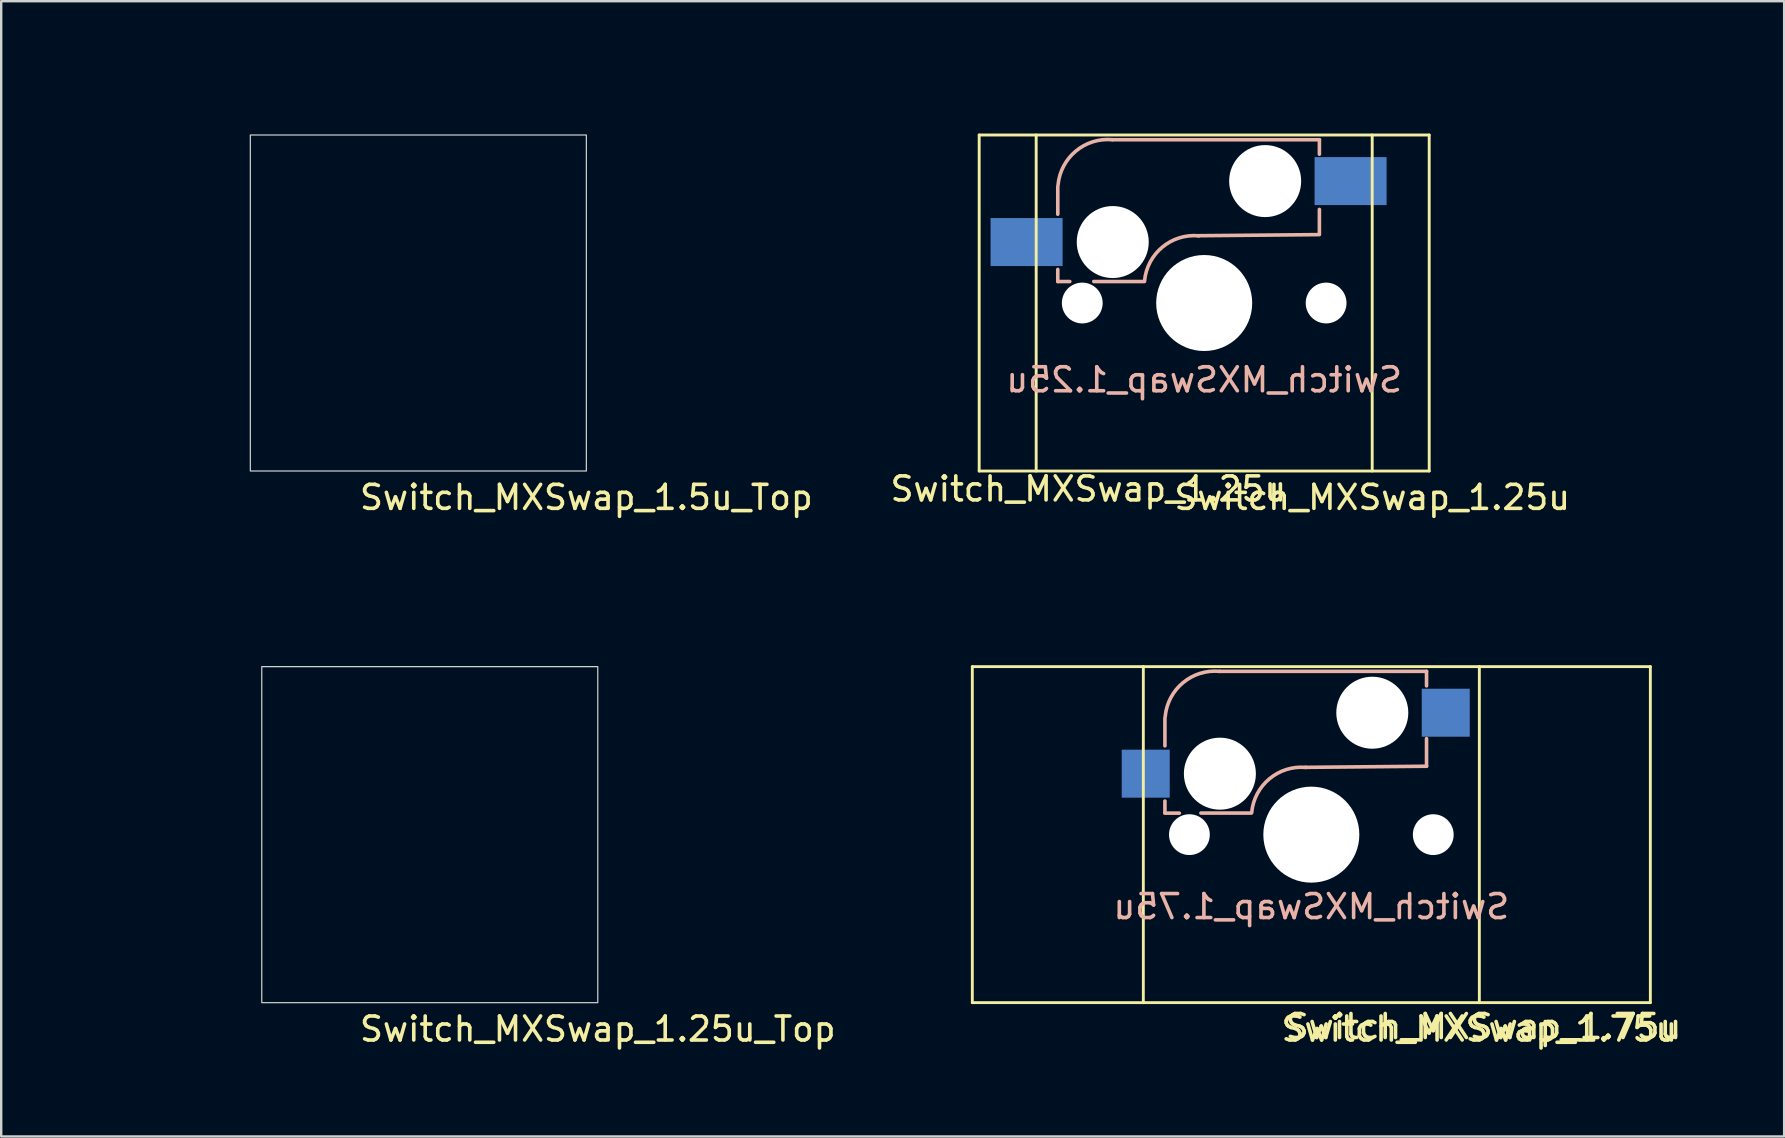
<source format=kicad_pcb>
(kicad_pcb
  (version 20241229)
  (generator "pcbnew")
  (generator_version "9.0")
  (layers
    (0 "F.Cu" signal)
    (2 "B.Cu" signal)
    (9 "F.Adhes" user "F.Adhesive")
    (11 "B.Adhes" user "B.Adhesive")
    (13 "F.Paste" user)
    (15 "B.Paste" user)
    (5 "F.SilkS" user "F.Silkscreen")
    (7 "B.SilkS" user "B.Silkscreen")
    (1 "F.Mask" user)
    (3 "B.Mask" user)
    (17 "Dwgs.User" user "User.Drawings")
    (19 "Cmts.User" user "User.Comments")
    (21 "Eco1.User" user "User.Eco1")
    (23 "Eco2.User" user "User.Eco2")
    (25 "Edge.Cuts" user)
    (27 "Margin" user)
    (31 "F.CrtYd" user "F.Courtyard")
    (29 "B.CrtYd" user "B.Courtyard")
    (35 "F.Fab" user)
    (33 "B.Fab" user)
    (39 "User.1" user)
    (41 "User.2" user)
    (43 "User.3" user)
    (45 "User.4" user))
  (footprint "Switch_MXSwap_1.25u_Top"
    (layer "F.Cu")
    (at 14.856 31.725)
    (property "Reference" "Switch_MXSwap_1.25u_Top" (at 7 8.1 0) (layer "F.SilkS") (effects (font (size 1 1) (thickness 0.15))))
    (attr through_hole)
    (fp_line (start -11.875 -9.5) (end 11.875 -9.5) (stroke (width 0.15) (type solid)) (layer "Eco2.User"))
    (fp_line (start -11.875 9.5) (end -11.875 -9.5) (stroke (width 0.15) (type solid)) (layer "Eco2.User"))
    (fp_line (start 11.875 -9.5) (end 11.875 9.5) (stroke (width 0.15) (type solid)) (layer "Eco2.User"))
    (fp_line (start 11.875 9.5) (end -11.875 9.5) (stroke (width 0.15) (type solid)) (layer "Eco2.User"))
    (fp_rect (start -7 -7) (end 7 7) (stroke (width 0.05) (type solid)) (fill no) (layer "Edge.Cuts"))
    (fp_text user "${REFERENCE}" (at -4.826 7.747 0) (layer "Eco2.User") (effects (font (size 1 1) (thickness 0.15)))))
  (footprint "Switch_MXSwap_1.25u"
    (layer "F.Cu")
    (at 47.122 9.575)
    (property "Reference" "Switch_MXSwap_1.25u" (at 7 8.1 0) (layer "F.SilkS") (effects (font (size 1 1) (thickness 0.15))))
    (attr through_hole)
    (fp_line (start -9.375 -7) (end -9.375 7) (stroke (width 0.12) (type solid)) (layer "F.SilkS"))
    (fp_line (start -9.375 -7) (end 9.375 -7) (stroke (width 0.12) (type solid)) (layer "F.SilkS"))
    (fp_line (start -7 7) (end -7 -7) (stroke (width 0.12) (type solid)) (layer "F.SilkS"))
    (fp_line (start 7 -7) (end 7 7) (stroke (width 0.12) (type solid)) (layer "F.SilkS"))
    (fp_line (start 9.375 -7) (end 9.375 7) (stroke (width 0.12) (type solid)) (layer "F.SilkS"))
    (fp_line (start 9.375 7) (end -9.375 7) (stroke (width 0.12) (type solid)) (layer "F.SilkS"))
    (fp_line (start -6.1 -4.85) (end -6.1 -3.7) (stroke (width 0.15) (type solid)) (layer "B.SilkS"))
    (fp_line (start -6.1 -1.4) (end -6.1 -0.896) (stroke (width 0.15) (type solid)) (layer "B.SilkS"))
    (fp_line (start -6.1 -0.896) (end -5.6 -0.896) (stroke (width 0.15) (type solid)) (layer "B.SilkS"))
    (fp_line (start -4.6 -0.896) (end -2.49 -0.896) (stroke (width 0.15) (type solid)) (layer "B.SilkS"))
    (fp_line (start 4.8 -6.804) (end -3.825 -6.804) (stroke (width 0.15) (type solid)) (layer "B.SilkS"))
    (fp_line (start 4.8 -6.2) (end 4.8 -6.804) (stroke (width 0.15) (type solid)) (layer "B.SilkS"))
    (fp_line (start 4.8 -2.896) (end 4.8 -3.9) (stroke (width 0.15) (type solid)) (layer "B.SilkS"))
    (fp_line (start 4.8 -2.85) (end -0.25 -2.804) (stroke (width 0.15) (type solid)) (layer "B.SilkS"))
    (fp_arc (start -6.089 -4.92) (mid -5.347189 -6.33089) (end -3.825 -6.804) (stroke (width 0.15) (type solid)) (layer "B.SilkS"))
    (fp_arc (start -2.485 -0.92) (mid -1.744361 -2.328061) (end -0.225 -2.8) (stroke (width 0.15) (type solid)) (layer "B.SilkS"))
    (fp_line (start -11.875 -9.5) (end 11.875 -9.5) (stroke (width 0.15) (type solid)) (layer "Eco2.User"))
    (fp_line (start -11.875 9.5) (end -11.875 -9.5) (stroke (width 0.15) (type solid)) (layer "Eco2.User"))
    (fp_line (start 11.875 -9.5) (end 11.875 9.5) (stroke (width 0.15) (type solid)) (layer "Eco2.User"))
    (fp_line (start 11.875 9.5) (end -11.875 9.5) (stroke (width 0.15) (type solid)) (layer "Eco2.User"))
    (fp_text user "${REFERENCE}" (at -4.826 7.747 0) (layer "F.SilkS") (effects (font (size 1 1) (thickness 0.15))))
    (fp_text user "${REFERENCE}" (at 0 3.2 0) (layer "B.SilkS") (effects (font (size 1 1) (thickness 0.15)) (justify mirror)))
    (pad "" np_thru_hole circle (at -5.08 0) (size 1.7 1.7) (drill 1.7) (layers "*.Cu" "*.Mask"))
    (pad "" np_thru_hole circle (at -3.81 -2.54 180) (size 3 3) (drill 3) (layers "*.Cu" "*.Mask"))
    (pad "" np_thru_hole circle (at 0 0 90) (size 4 4) (drill 4) (layers "*.Cu" "*.Mask"))
    (pad "" np_thru_hole circle (at 2.54 -5.08 180) (size 3 3) (drill 3) (layers "*.Cu" "*.Mask"))
    (pad "" np_thru_hole circle (at 5.08 0) (size 1.7 1.7) (drill 1.7) (layers "*.Cu" "*.Mask"))
    (pad "1" smd rect (at -7.4 -2.54 180) (size 3 2) (layers "B.Cu" "B.Mask" "B.Paste"))
    (pad "2" smd rect (at 6.1 -5.08 180) (size 3 2) (layers "B.Cu" "B.Mask" "B.Paste")))
  (footprint "Switch_MXSwap_1.75u"
    (layer "F.Cu")
    (at 51.586 31.725)
    (property "Reference" "Switch_MXSwap_1.75u" (at 7 8.1 0) (layer "F.SilkS") (effects (font (size 1 1) (thickness 0.15))))
    (attr through_hole)
    (fp_line (start -14.125 7) (end -14.125 -7) (stroke (width 0.12) (type solid)) (layer "F.SilkS"))
    (fp_line (start -14.125 7) (end -7 7) (stroke (width 0.12) (type solid)) (layer "F.SilkS"))
    (fp_line (start -7 -7) (end -14.125 -7) (stroke (width 0.12) (type solid)) (layer "F.SilkS"))
    (fp_line (start -7 -7) (end 7 -7) (stroke (width 0.12) (type solid)) (layer "F.SilkS"))
    (fp_line (start -7 7) (end -7 -7) (stroke (width 0.12) (type solid)) (layer "F.SilkS"))
    (fp_line (start -7 7) (end 7 7) (stroke (width 0.12) (type solid)) (layer "F.SilkS"))
    (fp_line (start 7 -7) (end 7 7) (stroke (width 0.12) (type solid)) (layer "F.SilkS"))
    (fp_line (start 7 -7) (end 14.125 -7) (stroke (width 0.12) (type solid)) (layer "F.SilkS"))
    (fp_line (start 7 7) (end 14.125 7) (stroke (width 0.12) (type solid)) (layer "F.SilkS"))
    (fp_line (start 14.125 7) (end 14.125 -7) (stroke (width 0.12) (type solid)) (layer "F.SilkS"))
    (fp_line (start -6.1 -4.85) (end -6.1 -3.7) (stroke (width 0.15) (type solid)) (layer "B.SilkS"))
    (fp_line (start -6.1 -1.4) (end -6.1 -0.905) (stroke (width 0.15) (type solid)) (layer "B.SilkS"))
    (fp_line (start -6.1 -0.896) (end -5.5 -0.896) (stroke (width 0.15) (type solid)) (layer "B.SilkS"))
    (fp_line (start -2.5 -0.9) (end -4.6 -0.9) (stroke (width 0.15) (type solid)) (layer "B.SilkS"))
    (fp_line (start 4.8 -6.804) (end -3.825 -6.804) (stroke (width 0.15) (type solid)) (layer "B.SilkS"))
    (fp_line (start 4.8 -6.2) (end 4.8 -6.804) (stroke (width 0.15) (type solid)) (layer "B.SilkS"))
    (fp_line (start 4.8 -2.85) (end -0.25 -2.804) (stroke (width 0.15) (type solid)) (layer "B.SilkS"))
    (fp_line (start 4.8 -2.85) (end 4.8 -4) (stroke (width 0.15) (type solid)) (layer "B.SilkS"))
    (fp_arc (start -6.089 -4.92) (mid -5.347189 -6.33089) (end -3.825 -6.804) (stroke (width 0.15) (type solid)) (layer "B.SilkS"))
    (fp_arc (start -2.485 -0.92) (mid -1.744361 -2.328061) (end -0.225 -2.8) (stroke (width 0.15) (type solid)) (layer "B.SilkS"))
    (fp_line (start -16.625 -9.5) (end 16.625 -9.5) (stroke (width 0.15) (type solid)) (layer "Eco2.User"))
    (fp_line (start -16.625 9.5) (end -16.625 -9.5) (stroke (width 0.15) (type solid)) (layer "Eco2.User"))
    (fp_line (start 16.625 -9.5) (end 16.625 9.5) (stroke (width 0.15) (type solid)) (layer "Eco2.User"))
    (fp_line (start 16.625 9.5) (end -16.625 9.5) (stroke (width 0.15) (type solid)) (layer "Eco2.User"))
    (fp_text user "${REFERENCE}" (at 7.174 7.997 0) (layer "F.SilkS") (effects (font (size 1 1) (thickness 0.15))))
    (fp_text user "${REFERENCE}" (at 0 3 0) (layer "B.SilkS") (effects (font (size 1 1) (thickness 0.15)) (justify mirror)))
    (pad "" np_thru_hole circle (at -5.08 0) (size 1.7 1.7) (drill 1.7) (layers "*.Cu" "*.Mask"))
    (pad "" np_thru_hole circle (at -3.81 -2.54 180) (size 3 3) (drill 3) (layers "*.Cu" "*.Mask"))
    (pad "" np_thru_hole circle (at 0 0 90) (size 4 4) (drill 4) (layers "*.Cu" "*.Mask"))
    (pad "" np_thru_hole circle (at 2.54 -5.08 180) (size 3 3) (drill 3) (layers "*.Cu" "*.Mask"))
    (pad "" np_thru_hole circle (at 5.08 0) (size 1.7 1.7) (drill 1.7) (layers "*.Cu" "*.Mask"))
    (pad "1" smd rect (at -6.9 -2.54 180) (size 2 2) (layers "B.Cu" "B.Mask" "B.Paste"))
    (pad "2" smd rect (at 5.6 -5.08 180) (size 2 2) (layers "B.Cu" "B.Mask" "B.Paste")))
  (footprint "Switch_MXSwap_1.5u_Top"
    (layer "F.Cu")
    (at 14.38 9.575)
    (property "Reference" "Switch_MXSwap_1.5u_Top" (at 7 8.1 0) (layer "F.SilkS") (effects (font (size 1 1) (thickness 0.15))))
    (attr through_hole)
    (fp_line (start -14.25 -9.5) (end 14.25 -9.5) (stroke (width 0.15) (type solid)) (layer "Eco2.User"))
    (fp_line (start -14.25 9.5) (end -14.25 -9.5) (stroke (width 0.15) (type solid)) (layer "Eco2.User"))
    (fp_line (start 14.25 -9.5) (end 14.25 9.5) (stroke (width 0.15) (type solid)) (layer "Eco2.User"))
    (fp_line (start 14.25 9.5) (end -14.25 9.5) (stroke (width 0.15) (type solid)) (layer "Eco2.User"))
    (fp_rect (start -7 -7) (end 7 7) (stroke (width 0.05) (type solid)) (fill no) (layer "Edge.Cuts"))
    (fp_text user "${REFERENCE}" (at -4.826 7.747 0) (layer "Eco2.User") (effects (font (size 1 1) (thickness 0.15)))))
  (gr_rect
    (start -3 -3)
    (end 71.286 44.3)
    (stroke (width 0.1) (type default))
    (fill no)
    (layer "Edge.Cuts")))
</source>
